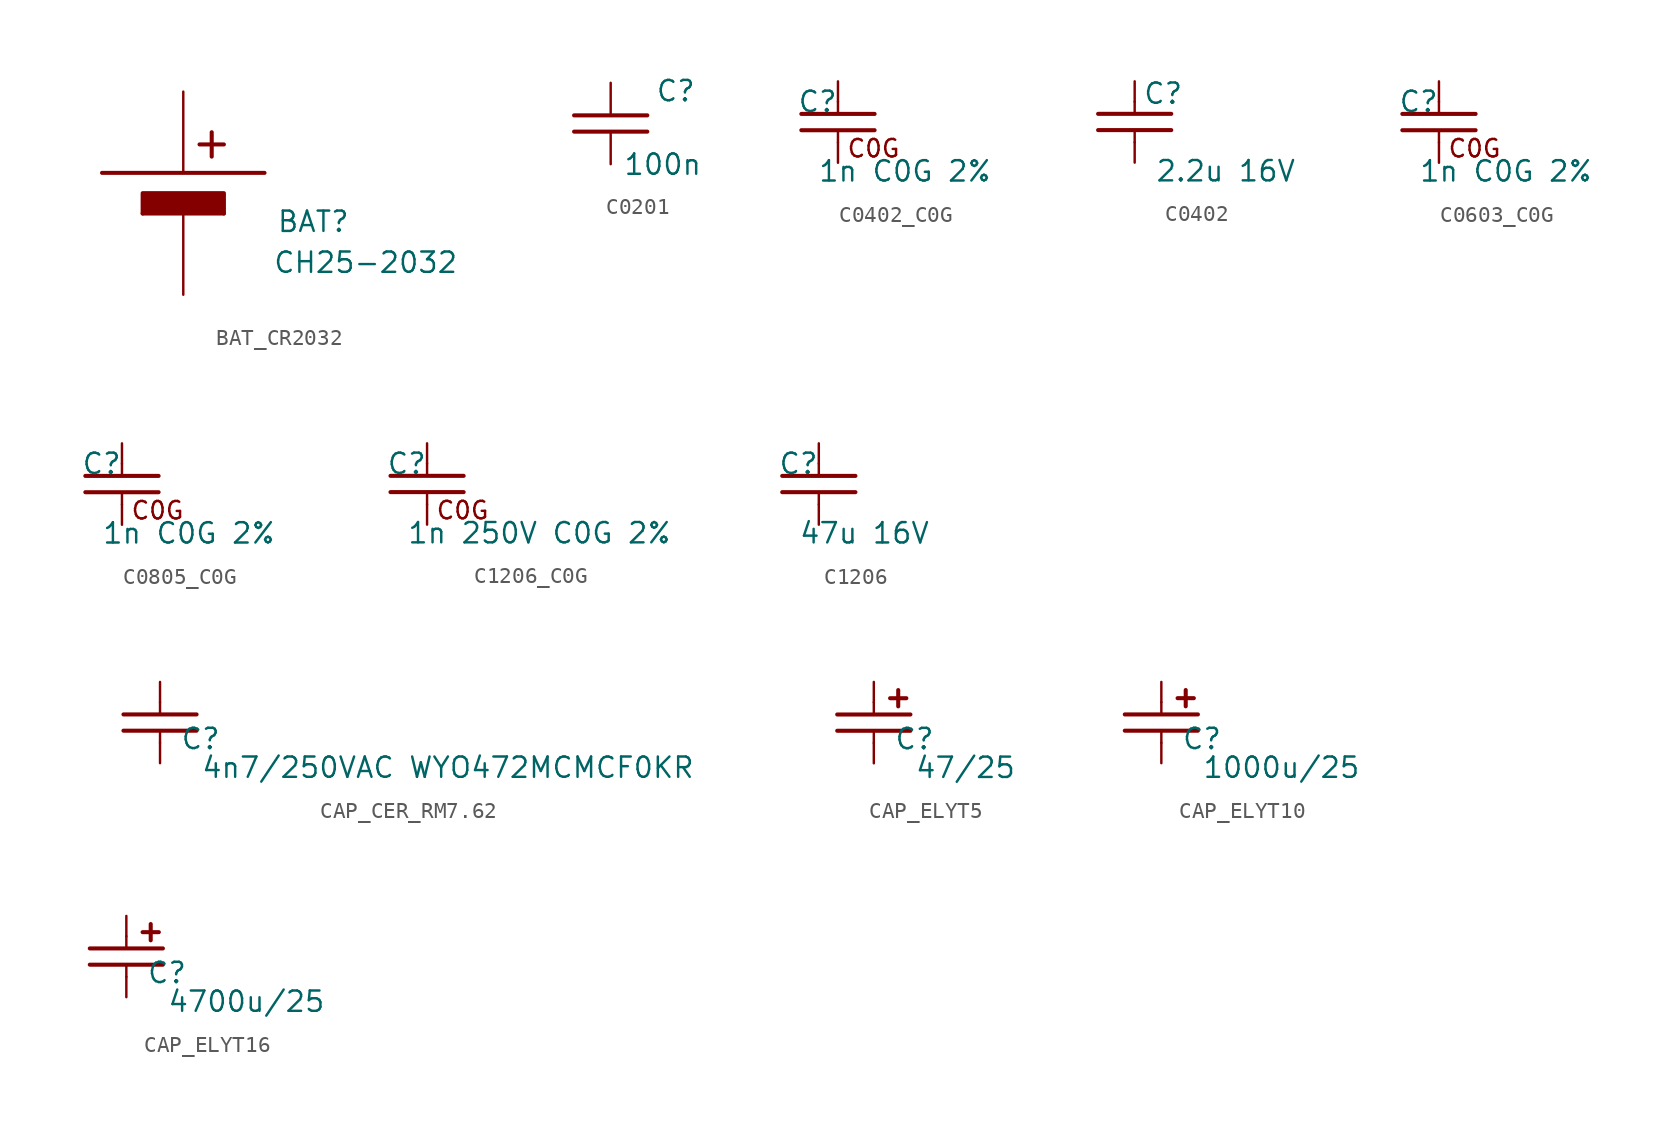
<source format=kicad_sym>
(kicad_symbol_lib
  (version 20231120)
  (generator "kicad_symbol_editor")
  (generator_version "8.0")
  (symbol "BAT_CR2032"
    (property "Reference" "BAT"
      (at 8.128 -0.508 0)
      (effects (font (size 1.27 1.27))))
    (property "Value" "CH25-2032"
      (at 5.588 -3.81 0)
      (effects (font (size 1.27 1.27)) (justify left bottom)))
    (symbol "BAT_CR2032_1_0"
      (rectangle (start -2.54 1.27) (end 2.54 0) (stroke (width -0.0001) (type solid) (color 132 0 0 1)) (fill (type outline)))
      (polyline (pts (xy -5.08 2.54) (xy 5.08 2.54)) (stroke (width 0.254) (type solid)) (fill (type none)))
      (polyline (pts (xy -2.54 0) (xy 2.54 0)) (stroke (width 0.254) (type solid)) (fill (type none)))
      (polyline (pts (xy 1.016 4.318) (xy 2.54 4.318)) (stroke (width 0.254) (type solid)) (fill (type none)))
      (polyline (pts (xy 1.778 5.08) (xy 1.778 3.556)) (stroke (width 0.254) (type solid)) (fill (type none)))
      (polyline (pts (xy 2.54 0) (xy 2.54 1.27) (xy -2.54 1.27) (xy -2.54 0)) (stroke (width 0.254) (type solid)) (fill (type none)))
      (pin passive line (at 0 7.62 270) (length 5.08) (name "9" (effects (font (size 0 0)))) (number "+" (effects (font (size 0 0)))))
      (pin passive line (at 0 -5.08 90) (length 5.08) (name "" (effects (font (size 0 0)))) (number "-" (effects (font (size 0 0)))))))
  (symbol "C0201"
    (property "Reference" "C"
      (at 4.064 2.032 0)
      (effects (font (size 1.27 1.27))))
    (property "Value" "100n"
      (at 0.762 -3.302 0)
      (effects (font (size 1.27 1.27)) (justify left bottom)))
    (symbol "C0201_1_0"
      (polyline (pts (xy -2.286 -0.508) (xy 2.286 -0.508)) (stroke (width 0.254) (type solid) (color 132 0 0 1)) (fill (type none)))
      (polyline (pts (xy -2.286 0.508) (xy 2.286 0.508)) (stroke (width 0.254) (type solid) (color 132 0 0 1)) (fill (type none)))
      (pin passive line (at 0 2.54 270) (length 1.905) (name "" (effects (font (size 0 0)))) (number "1" (effects (font (size 0 0)))))
      (pin passive line (at 0 -2.54 90) (length 1.905) (name "" (effects (font (size 0 0)))) (number "2" (effects (font (size 0 0)))))))
  (symbol "C0402_C0G"
    (property "Reference" "C"
      (at -1.27 1.27 0)
      (effects (font (size 1.27 1.27))))
    (property "Value" "1n C0G 2%"
      (at -1.27 -3.81 0)
      (effects (font (size 1.27 1.27)) (justify left bottom)))
    (symbol "C0402_C0G_1_0"
      (polyline (pts (xy -2.286 -0.508) (xy 2.286 -0.508)) (stroke (width 0.254) (type solid)) (fill (type none)))
      (polyline (pts (xy -2.286 0.508) (xy 2.286 0.508)) (stroke (width 0.254) (type solid)) (fill (type none)))
      (polyline (pts (xy 0 -0.508) (xy 0 -1.27)) (stroke (width 0) (type solid)) (fill (type none)))
      (polyline (pts (xy 0 1.27) (xy 0 0.508)) (stroke (width 0) (type solid)) (fill (type none)))
      (text "C0G" (at 0.508 -2.286 0) (effects (font (size 1.092 1.092)) (justify left bottom)))
      (pin passive line (at 0 2.54 270) (length 1.27) (name "" (effects (font (size 0 0)))) (number "1" (effects (font (size 0 0)))))
      (pin passive line (at 0 -2.54 90) (length 1.27) (name "" (effects (font (size 0 0)))) (number "2" (effects (font (size 0 0)))))))
  (symbol "C0402"
    (property "Reference" "C"
      (at 1.778 1.778 0)
      (effects (font (size 1.27 1.27))))
    (property "Value" "2.2u 16V"
      (at 1.27 -3.81 0)
      (effects (font (size 1.27 1.27)) (justify left bottom)))
    (symbol "C0402_1_0"
      (polyline (pts (xy -2.286 -0.508) (xy 2.286 -0.508)) (stroke (width 0.254) (type solid)) (fill (type none)))
      (polyline (pts (xy -2.286 0.508) (xy 2.286 0.508)) (stroke (width 0.254) (type solid)) (fill (type none)))
      (polyline (pts (xy 0 -0.508) (xy 0 -1.27)) (stroke (width 0) (type solid)) (fill (type none)))
      (polyline (pts (xy 0 1.27) (xy 0 0.508)) (stroke (width 0) (type solid)) (fill (type none)))
      (pin passive line (at 0 2.54 270) (length 1.27) (name "" (effects (font (size 0 0)))) (number "1" (effects (font (size 0 0)))))
      (pin passive line (at 0 -2.54 90) (length 1.27) (name "" (effects (font (size 0 0)))) (number "2" (effects (font (size 0 0)))))))
  (symbol "C0603_C0G"
    (property "Reference" "C"
      (at -1.27 1.27 0)
      (effects (font (size 1.27 1.27))))
    (property "Value" "1n C0G 2%"
      (at -1.27 -3.81 0)
      (effects (font (size 1.27 1.27)) (justify left bottom)))
    (symbol "C0603_C0G_1_0"
      (polyline (pts (xy -2.286 -0.508) (xy 2.286 -0.508)) (stroke (width 0.254) (type solid)) (fill (type none)))
      (polyline (pts (xy -2.286 0.508) (xy 2.286 0.508)) (stroke (width 0.254) (type solid)) (fill (type none)))
      (polyline (pts (xy 0 -0.508) (xy 0 -1.27)) (stroke (width 0) (type solid)) (fill (type none)))
      (polyline (pts (xy 0 1.27) (xy 0 0.508)) (stroke (width 0) (type solid)) (fill (type none)))
      (text "C0G" (at 0.508 -2.286 0) (effects (font (size 1.092 1.092)) (justify left bottom)))
      (pin passive line (at 0 2.54 270) (length 1.27) (name "" (effects (font (size 0 0)))) (number "1" (effects (font (size 0 0)))))
      (pin passive line (at 0 -2.54 90) (length 1.27) (name "" (effects (font (size 0 0)))) (number "2" (effects (font (size 0 0)))))))
  (symbol "C0805_C0G"
    (property "Reference" "C"
      (at -1.27 1.27 0)
      (effects (font (size 1.27 1.27))))
    (property "Value" "1n C0G 2%"
      (at -1.27 -3.81 0)
      (effects (font (size 1.27 1.27)) (justify left bottom)))
    (symbol "C0805_C0G_1_0"
      (polyline (pts (xy -2.286 -0.508) (xy 2.286 -0.508)) (stroke (width 0.254) (type solid)) (fill (type none)))
      (polyline (pts (xy -2.286 0.508) (xy 2.286 0.508)) (stroke (width 0.254) (type solid)) (fill (type none)))
      (polyline (pts (xy 0 -0.508) (xy 0 -1.27)) (stroke (width 0) (type solid)) (fill (type none)))
      (polyline (pts (xy 0 1.27) (xy 0 0.508)) (stroke (width 0) (type solid)) (fill (type none)))
      (text "C0G" (at 0.508 -2.286 0) (effects (font (size 1.092 1.092)) (justify left bottom)))
      (pin passive line (at 0 2.54 270) (length 1.27) (name "" (effects (font (size 0 0)))) (number "1" (effects (font (size 0 0)))))
      (pin passive line (at 0 -2.54 90) (length 1.27) (name "" (effects (font (size 0 0)))) (number "2" (effects (font (size 0 0)))))))
  (symbol "C1206_C0G"
    (property "Reference" "C"
      (at -1.27 1.27 0)
      (effects (font (size 1.27 1.27))))
    (property "Value" "1n 250V C0G 2%"
      (at -1.27 -3.81 0)
      (effects (font (size 1.27 1.27)) (justify left bottom)))
    (symbol "C1206_C0G_1_0"
      (polyline (pts (xy -2.286 -0.508) (xy 2.286 -0.508)) (stroke (width 0.254) (type solid)) (fill (type none)))
      (polyline (pts (xy -2.286 0.508) (xy 2.286 0.508)) (stroke (width 0.254) (type solid)) (fill (type none)))
      (polyline (pts (xy 0 -0.508) (xy 0 -1.27)) (stroke (width 0) (type solid)) (fill (type none)))
      (polyline (pts (xy 0 1.27) (xy 0 0.508)) (stroke (width 0) (type solid)) (fill (type none)))
      (text "C0G" (at 0.508 -2.286 0) (effects (font (size 1.092 1.092)) (justify left bottom)))
      (pin passive line (at 0 2.54 270) (length 1.27) (name "" (effects (font (size 0 0)))) (number "1" (effects (font (size 0 0)))))
      (pin passive line (at 0 -2.54 90) (length 1.27) (name "" (effects (font (size 0 0)))) (number "2" (effects (font (size 0 0)))))))
  (symbol "C1206"
    (property "Reference" "C"
      (at -1.27 1.27 0)
      (effects (font (size 1.27 1.27))))
    (property "Value" "47u 16V"
      (at -1.27 -3.81 0)
      (effects (font (size 1.27 1.27)) (justify left bottom)))
    (symbol "C1206_1_0"
      (polyline (pts (xy -2.286 -0.508) (xy 2.286 -0.508)) (stroke (width 0.254) (type solid)) (fill (type none)))
      (polyline (pts (xy -2.286 0.508) (xy 2.286 0.508)) (stroke (width 0.254) (type solid)) (fill (type none)))
      (polyline (pts (xy 0 -0.508) (xy 0 -1.27)) (stroke (width 0) (type solid)) (fill (type none)))
      (polyline (pts (xy 0 1.27) (xy 0 0.508)) (stroke (width 0) (type solid)) (fill (type none)))
      (pin passive line (at 0 2.54 270) (length 1.27) (name "" (effects (font (size 0 0)))) (number "1" (effects (font (size 0 0)))))
      (pin passive line (at 0 -2.54 90) (length 1.27) (name "" (effects (font (size 0 0)))) (number "2" (effects (font (size 0 0)))))))
  (symbol "CAP_CER_RM7.62"
    (property "Reference" "C"
      (at 2.54 -1.016 0)
      (effects (font (size 1.27 1.27))))
    (property "Value" "4n7/250VAC WYO472MCMCF0KR"
      (at 2.54 -3.556 0)
      (effects (font (size 1.27 1.27)) (justify left bottom)))
    (symbol "CAP_CER_RM7.62_1_0"
      (polyline (pts (xy -2.286 -0.508) (xy 2.286 -0.508)) (stroke (width 0.254) (type solid)) (fill (type none)))
      (polyline (pts (xy -2.286 0.508) (xy 2.286 0.508)) (stroke (width 0.254) (type solid)) (fill (type none)))
      (polyline (pts (xy 0 -0.508) (xy 0 -1.27)) (stroke (width 0) (type solid)) (fill (type none)))
      (polyline (pts (xy 0 1.27) (xy 0 0.508)) (stroke (width 0) (type solid)) (fill (type none)))
      (pin passive line (at 0 2.54 270) (length 1.27) (name "" (effects (font (size 0 0)))) (number "1" (effects (font (size 0 0)))))
      (pin passive line (at 0 -2.54 90) (length 1.27) (name "" (effects (font (size 0 0)))) (number "2" (effects (font (size 0 0)))))))
  (symbol "CAP_ELYT5"
    (property "Reference" "C"
      (at 2.54 -1.016 0)
      (effects (font (size 1.27 1.27))))
    (property "Value" "47/25"
      (at 2.54 -3.556 0)
      (effects (font (size 1.27 1.27)) (justify left bottom)))
    (symbol "CAP_ELYT5_1_0"
      (polyline (pts (xy -2.286 -0.508) (xy 2.286 -0.508)) (stroke (width 0.254) (type solid)) (fill (type none)))
      (polyline (pts (xy -2.286 0.508) (xy 2.286 0.508)) (stroke (width 0.254) (type solid)) (fill (type none)))
      (polyline (pts (xy 0 -0.508) (xy 0 -1.27)) (stroke (width 0) (type solid)) (fill (type none)))
      (polyline (pts (xy 0 1.27) (xy 0 0.508)) (stroke (width 0) (type solid)) (fill (type none)))
      (polyline (pts (xy 1.016 1.524) (xy 2.032 1.524)) (stroke (width 0.254) (type solid)) (fill (type none)))
      (polyline (pts (xy 1.524 1.016) (xy 1.524 2.032)) (stroke (width 0.254) (type solid)) (fill (type none)))
      (pin passive line (at 0 2.54 270) (length 1.27) (name "" (effects (font (size 0 0)))) (number "1" (effects (font (size 0 0)))))
      (pin passive line (at 0 -2.54 90) (length 1.27) (name "" (effects (font (size 0 0)))) (number "2" (effects (font (size 0 0)))))))
  (symbol "CAP_ELYT10"
    (property "Reference" "C"
      (at 2.54 -1.016 0)
      (effects (font (size 1.27 1.27))))
    (property "Value" "1000u/25"
      (at 2.54 -3.556 0)
      (effects (font (size 1.27 1.27)) (justify left bottom)))
    (symbol "CAP_ELYT10_1_0"
      (polyline (pts (xy -2.286 -0.508) (xy 2.286 -0.508)) (stroke (width 0.254) (type solid)) (fill (type none)))
      (polyline (pts (xy -2.286 0.508) (xy 2.286 0.508)) (stroke (width 0.254) (type solid)) (fill (type none)))
      (polyline (pts (xy 0 -0.508) (xy 0 -1.27)) (stroke (width 0) (type solid)) (fill (type none)))
      (polyline (pts (xy 0 1.27) (xy 0 0.508)) (stroke (width 0) (type solid)) (fill (type none)))
      (polyline (pts (xy 1.016 1.524) (xy 2.032 1.524)) (stroke (width 0.254) (type solid)) (fill (type none)))
      (polyline (pts (xy 1.524 1.016) (xy 1.524 2.032)) (stroke (width 0.254) (type solid)) (fill (type none)))
      (pin passive line (at 0 2.54 270) (length 1.27) (name "" (effects (font (size 0 0)))) (number "1" (effects (font (size 0 0)))))
      (pin passive line (at 0 -2.54 90) (length 1.27) (name "" (effects (font (size 0 0)))) (number "2" (effects (font (size 0 0)))))))
  (symbol "CAP_ELYT16"
    (property "Reference" "C"
      (at 2.54 -1.016 0)
      (effects (font (size 1.27 1.27))))
    (property "Value" "4700u/25"
      (at 2.54 -3.556 0)
      (effects (font (size 1.27 1.27)) (justify left bottom)))
    (symbol "CAP_ELYT16_1_0"
      (polyline (pts (xy -2.286 -0.508) (xy 2.286 -0.508)) (stroke (width 0.254) (type solid)) (fill (type none)))
      (polyline (pts (xy -2.286 0.508) (xy 2.286 0.508)) (stroke (width 0.254) (type solid)) (fill (type none)))
      (polyline (pts (xy 0 -0.508) (xy 0 -1.27)) (stroke (width 0) (type solid)) (fill (type none)))
      (polyline (pts (xy 0 1.27) (xy 0 0.508)) (stroke (width 0) (type solid)) (fill (type none)))
      (polyline (pts (xy 1.016 1.524) (xy 2.032 1.524)) (stroke (width 0.254) (type solid)) (fill (type none)))
      (polyline (pts (xy 1.524 1.016) (xy 1.524 2.032)) (stroke (width 0.254) (type solid)) (fill (type none)))
      (pin passive line (at 0 2.54 270) (length 1.27) (name "" (effects (font (size 0 0)))) (number "1" (effects (font (size 0 0)))))
      (pin passive line (at 0 -2.54 90) (length 1.27) (name "" (effects (font (size 0 0)))) (number "2" (effects (font (size 0 0))))))))
</source>
